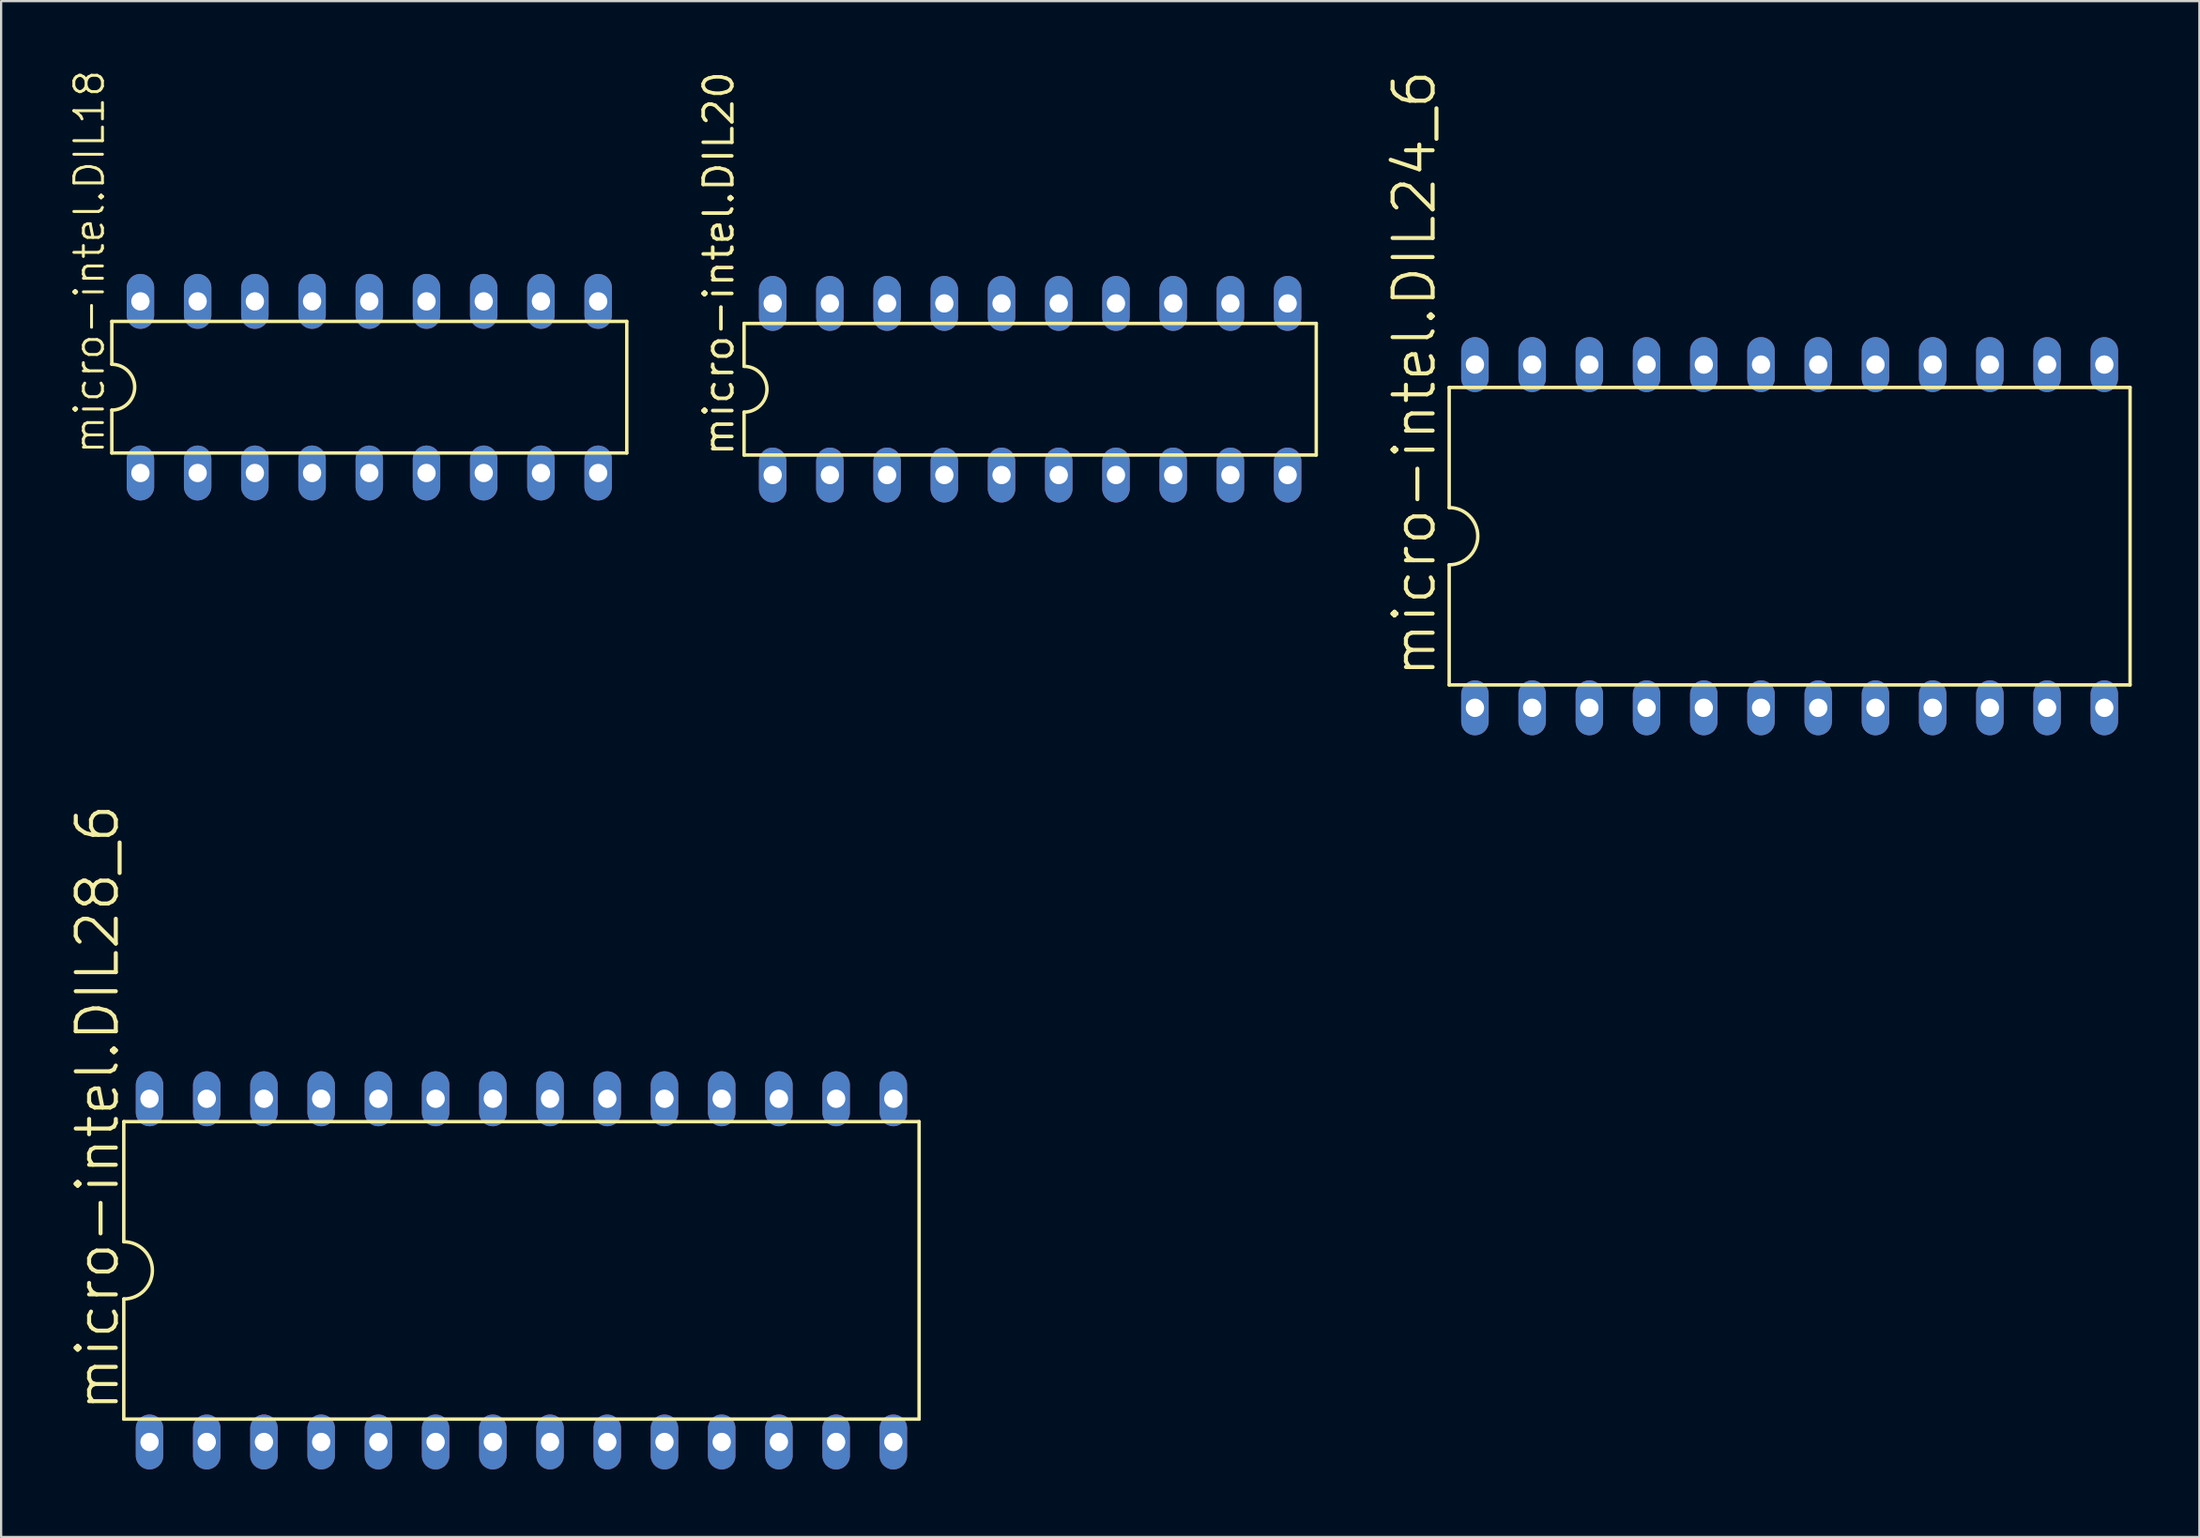
<source format=kicad_pcb>
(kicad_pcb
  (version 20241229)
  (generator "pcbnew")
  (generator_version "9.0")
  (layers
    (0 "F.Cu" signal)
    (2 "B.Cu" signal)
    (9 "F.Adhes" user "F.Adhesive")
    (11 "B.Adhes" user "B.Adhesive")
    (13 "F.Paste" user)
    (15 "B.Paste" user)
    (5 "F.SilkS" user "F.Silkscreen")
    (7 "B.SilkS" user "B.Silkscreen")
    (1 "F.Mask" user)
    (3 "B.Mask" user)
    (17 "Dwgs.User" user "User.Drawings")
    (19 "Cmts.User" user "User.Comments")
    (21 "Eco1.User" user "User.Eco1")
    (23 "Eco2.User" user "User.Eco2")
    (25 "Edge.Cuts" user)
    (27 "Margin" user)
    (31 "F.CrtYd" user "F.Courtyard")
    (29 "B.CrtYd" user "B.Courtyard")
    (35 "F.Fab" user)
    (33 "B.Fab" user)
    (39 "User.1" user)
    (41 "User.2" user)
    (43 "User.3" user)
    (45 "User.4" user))
  (footprint "micro-intel.DIL20"
    (layer "F.Cu")
    (at 42.681 14.232)
    (property "Reference" "micro-intel.DIL20" (at -13.081 3.048 90) (layer "F.SilkS") (effects (font (size 1.27 1.27) (thickness 0.16)) (justify left bottom)))
    (attr through_hole)
    (fp_line (start -12.7 -2.921) (end -12.7 -1.016) (stroke (width 0.152) (type default)) (layer "F.SilkS"))
    (fp_line (start -12.7 2.921) (end -12.7 1.016) (stroke (width 0.152) (type default)) (layer "F.SilkS"))
    (fp_line (start -12.7 2.921) (end 12.7 2.921) (stroke (width 0.152) (type default)) (layer "F.SilkS"))
    (fp_line (start 12.7 -2.921) (end -12.7 -2.921) (stroke (width 0.152) (type default)) (layer "F.SilkS"))
    (fp_line (start 12.7 -2.921) (end 12.7 2.921) (stroke (width 0.152) (type default)) (layer "F.SilkS"))
    (fp_arc (start -12.7 -1.016) (mid -11.684 0) (end -12.7 1.016) (stroke (width 0.1524) (type default)) (layer "F.SilkS"))
    (pad "1" thru_hole oval (at -11.43 3.81 90) (size 2.438 1.219) (drill 0.813) (layers "*.Cu" "*.Mask"))
    (pad "2" thru_hole oval (at -8.89 3.81 90) (size 2.438 1.219) (drill 0.813) (layers "*.Cu" "*.Mask"))
    (pad "3" thru_hole oval (at -6.35 3.81 90) (size 2.438 1.219) (drill 0.813) (layers "*.Cu" "*.Mask"))
    (pad "4" thru_hole oval (at -3.81 3.81 90) (size 2.438 1.219) (drill 0.813) (layers "*.Cu" "*.Mask"))
    (pad "5" thru_hole oval (at -1.27 3.81 90) (size 2.438 1.219) (drill 0.813) (layers "*.Cu" "*.Mask"))
    (pad "6" thru_hole oval (at 1.27 3.81 90) (size 2.438 1.219) (drill 0.813) (layers "*.Cu" "*.Mask"))
    (pad "7" thru_hole oval (at 3.81 3.81 90) (size 2.438 1.219) (drill 0.813) (layers "*.Cu" "*.Mask"))
    (pad "8" thru_hole oval (at 6.35 3.81 90) (size 2.438 1.219) (drill 0.813) (layers "*.Cu" "*.Mask"))
    (pad "9" thru_hole oval (at 8.89 3.81 90) (size 2.438 1.219) (drill 0.813) (layers "*.Cu" "*.Mask"))
    (pad "10" thru_hole oval (at 11.43 3.81 90) (size 2.438 1.219) (drill 0.813) (layers "*.Cu" "*.Mask"))
    (pad "11" thru_hole oval (at 11.43 -3.81 90) (size 2.438 1.219) (drill 0.813) (layers "*.Cu" "*.Mask"))
    (pad "12" thru_hole oval (at 8.89 -3.81 90) (size 2.438 1.219) (drill 0.813) (layers "*.Cu" "*.Mask"))
    (pad "13" thru_hole oval (at 6.35 -3.81 90) (size 2.438 1.219) (drill 0.813) (layers "*.Cu" "*.Mask"))
    (pad "14" thru_hole oval (at 3.81 -3.81 90) (size 2.438 1.219) (drill 0.813) (layers "*.Cu" "*.Mask"))
    (pad "15" thru_hole oval (at 1.27 -3.81 90) (size 2.438 1.219) (drill 0.813) (layers "*.Cu" "*.Mask"))
    (pad "16" thru_hole oval (at -1.27 -3.81 90) (size 2.438 1.219) (drill 0.813) (layers "*.Cu" "*.Mask"))
    (pad "17" thru_hole oval (at -3.81 -3.81 90) (size 2.438 1.219) (drill 0.813) (layers "*.Cu" "*.Mask"))
    (pad "18" thru_hole oval (at -6.35 -3.81 90) (size 2.438 1.219) (drill 0.813) (layers "*.Cu" "*.Mask"))
    (pad "19" thru_hole oval (at -8.89 -3.81 90) (size 2.438 1.219) (drill 0.813) (layers "*.Cu" "*.Mask"))
    (pad "20" thru_hole oval (at -11.43 -3.81 90) (size 2.438 1.219) (drill 0.813) (layers "*.Cu" "*.Mask")))
  (footprint "micro-intel.DIL18"
    (layer "F.Cu")
    (at 13.344 14.142)
    (property "Reference" "micro-intel.DIL18" (at -11.684 3.048 90) (layer "F.SilkS") (effects (font (size 1.27 1.27) (thickness 0.13)) (justify left bottom)))
    (attr through_hole)
    (fp_line (start -11.43 -2.921) (end -11.43 -1.016) (stroke (width 0.152) (type default)) (layer "F.SilkS"))
    (fp_line (start -11.43 2.921) (end -11.43 1.016) (stroke (width 0.152) (type default)) (layer "F.SilkS"))
    (fp_line (start -11.43 2.921) (end 11.43 2.921) (stroke (width 0.152) (type default)) (layer "F.SilkS"))
    (fp_line (start 11.43 -2.921) (end -11.43 -2.921) (stroke (width 0.152) (type default)) (layer "F.SilkS"))
    (fp_line (start 11.43 -2.921) (end 11.43 2.921) (stroke (width 0.152) (type default)) (layer "F.SilkS"))
    (fp_arc (start -11.43 -1.016) (mid -10.414 0) (end -11.43 1.016) (stroke (width 0.1524) (type default)) (layer "F.SilkS"))
    (pad "1" thru_hole oval (at -10.16 3.81 90) (size 2.438 1.219) (drill 0.813) (layers "*.Cu" "*.Mask"))
    (pad "2" thru_hole oval (at -7.62 3.81 90) (size 2.438 1.219) (drill 0.813) (layers "*.Cu" "*.Mask"))
    (pad "3" thru_hole oval (at -5.08 3.81 90) (size 2.438 1.219) (drill 0.813) (layers "*.Cu" "*.Mask"))
    (pad "4" thru_hole oval (at -2.54 3.81 90) (size 2.438 1.219) (drill 0.813) (layers "*.Cu" "*.Mask"))
    (pad "5" thru_hole oval (at 0 3.81 90) (size 2.438 1.219) (drill 0.813) (layers "*.Cu" "*.Mask"))
    (pad "6" thru_hole oval (at 2.54 3.81 90) (size 2.438 1.219) (drill 0.813) (layers "*.Cu" "*.Mask"))
    (pad "7" thru_hole oval (at 5.08 3.81 90) (size 2.438 1.219) (drill 0.813) (layers "*.Cu" "*.Mask"))
    (pad "8" thru_hole oval (at 7.62 3.81 90) (size 2.438 1.219) (drill 0.813) (layers "*.Cu" "*.Mask"))
    (pad "9" thru_hole oval (at 10.16 3.81 90) (size 2.438 1.219) (drill 0.813) (layers "*.Cu" "*.Mask"))
    (pad "10" thru_hole oval (at 10.16 -3.81 90) (size 2.438 1.219) (drill 0.813) (layers "*.Cu" "*.Mask"))
    (pad "11" thru_hole oval (at 7.62 -3.81 90) (size 2.438 1.219) (drill 0.813) (layers "*.Cu" "*.Mask"))
    (pad "12" thru_hole oval (at 5.08 -3.81 90) (size 2.438 1.219) (drill 0.813) (layers "*.Cu" "*.Mask"))
    (pad "13" thru_hole oval (at 2.54 -3.81 90) (size 2.438 1.219) (drill 0.813) (layers "*.Cu" "*.Mask"))
    (pad "14" thru_hole oval (at 0 -3.81 90) (size 2.438 1.219) (drill 0.813) (layers "*.Cu" "*.Mask"))
    (pad "15" thru_hole oval (at -2.54 -3.81 90) (size 2.438 1.219) (drill 0.813) (layers "*.Cu" "*.Mask"))
    (pad "16" thru_hole oval (at -5.08 -3.81 90) (size 2.438 1.219) (drill 0.813) (layers "*.Cu" "*.Mask"))
    (pad "17" thru_hole oval (at -7.62 -3.81 90) (size 2.438 1.219) (drill 0.813) (layers "*.Cu" "*.Mask"))
    (pad "18" thru_hole oval (at -10.16 -3.81 90) (size 2.438 1.219) (drill 0.813) (layers "*.Cu" "*.Mask")))
  (footprint "micro-intel.DIL24_6"
    (layer "F.Cu")
    (at 76.396 20.758)
    (property "Reference" "micro-intel.DIL24_6" (at -15.621 6.35 90) (layer "F.SilkS") (effects (font (size 1.778 1.778) (thickness 0.18)) (justify left bottom)))
    (attr through_hole)
    (fp_line (start -15.113 -6.604) (end -15.113 -1.27) (stroke (width 0.152) (type default)) (layer "F.SilkS"))
    (fp_line (start -15.113 -6.604) (end 15.113 -6.604) (stroke (width 0.152) (type default)) (layer "F.SilkS"))
    (fp_line (start -15.113 1.27) (end -15.113 6.604) (stroke (width 0.152) (type default)) (layer "F.SilkS"))
    (fp_line (start -15.113 6.604) (end 15.113 6.604) (stroke (width 0.152) (type default)) (layer "F.SilkS"))
    (fp_line (start 15.113 6.604) (end 15.113 -6.604) (stroke (width 0.152) (type default)) (layer "F.SilkS"))
    (fp_arc (start -15.113 -1.27) (mid -13.843 0) (end -15.113 1.27) (stroke (width 0.1524) (type default)) (layer "F.SilkS"))
    (pad "1" thru_hole oval (at -13.97 7.62 90) (size 2.438 1.219) (drill 0.813) (layers "*.Cu" "*.Mask"))
    (pad "2" thru_hole oval (at -11.43 7.62 90) (size 2.438 1.219) (drill 0.813) (layers "*.Cu" "*.Mask"))
    (pad "3" thru_hole oval (at -8.89 7.62 90) (size 2.438 1.219) (drill 0.813) (layers "*.Cu" "*.Mask"))
    (pad "4" thru_hole oval (at -6.35 7.62 90) (size 2.438 1.219) (drill 0.813) (layers "*.Cu" "*.Mask"))
    (pad "5" thru_hole oval (at -3.81 7.62 90) (size 2.438 1.219) (drill 0.813) (layers "*.Cu" "*.Mask"))
    (pad "6" thru_hole oval (at -1.27 7.62 90) (size 2.438 1.219) (drill 0.813) (layers "*.Cu" "*.Mask"))
    (pad "7" thru_hole oval (at 1.27 7.62 90) (size 2.438 1.219) (drill 0.813) (layers "*.Cu" "*.Mask"))
    (pad "8" thru_hole oval (at 3.81 7.62 90) (size 2.438 1.219) (drill 0.813) (layers "*.Cu" "*.Mask"))
    (pad "9" thru_hole oval (at 6.35 7.62 90) (size 2.438 1.219) (drill 0.813) (layers "*.Cu" "*.Mask"))
    (pad "10" thru_hole oval (at 8.89 7.62 90) (size 2.438 1.219) (drill 0.813) (layers "*.Cu" "*.Mask"))
    (pad "11" thru_hole oval (at 11.43 7.62 90) (size 2.438 1.219) (drill 0.813) (layers "*.Cu" "*.Mask"))
    (pad "12" thru_hole oval (at 13.97 7.62 90) (size 2.438 1.219) (drill 0.813) (layers "*.Cu" "*.Mask"))
    (pad "13" thru_hole oval (at 13.97 -7.62 90) (size 2.438 1.219) (drill 0.813) (layers "*.Cu" "*.Mask"))
    (pad "14" thru_hole oval (at 11.43 -7.62 90) (size 2.438 1.219) (drill 0.813) (layers "*.Cu" "*.Mask"))
    (pad "15" thru_hole oval (at 8.89 -7.62 90) (size 2.438 1.219) (drill 0.813) (layers "*.Cu" "*.Mask"))
    (pad "16" thru_hole oval (at 6.35 -7.62 90) (size 2.438 1.219) (drill 0.813) (layers "*.Cu" "*.Mask"))
    (pad "17" thru_hole oval (at 3.81 -7.62 90) (size 2.438 1.219) (drill 0.813) (layers "*.Cu" "*.Mask"))
    (pad "18" thru_hole oval (at 1.27 -7.62 90) (size 2.438 1.219) (drill 0.813) (layers "*.Cu" "*.Mask"))
    (pad "19" thru_hole oval (at -1.27 -7.62 90) (size 2.438 1.219) (drill 0.813) (layers "*.Cu" "*.Mask"))
    (pad "20" thru_hole oval (at -3.81 -7.62 90) (size 2.438 1.219) (drill 0.813) (layers "*.Cu" "*.Mask"))
    (pad "21" thru_hole oval (at -6.35 -7.62 90) (size 2.438 1.219) (drill 0.813) (layers "*.Cu" "*.Mask"))
    (pad "22" thru_hole oval (at -8.89 -7.62 90) (size 2.438 1.219) (drill 0.813) (layers "*.Cu" "*.Mask"))
    (pad "23" thru_hole oval (at -11.43 -7.62 90) (size 2.438 1.219) (drill 0.813) (layers "*.Cu" "*.Mask"))
    (pad "24" thru_hole oval (at -13.97 -7.62 90) (size 2.438 1.219) (drill 0.813) (layers "*.Cu" "*.Mask")))
  (footprint "micro-intel.DIL28_6"
    (layer "F.Cu")
    (at 20.098 53.356)
    (property "Reference" "micro-intel.DIL28_6" (at -17.78 6.35 90) (layer "F.SilkS") (effects (font (size 1.778 1.778) (thickness 0.18)) (justify left bottom)))
    (attr through_hole)
    (fp_line (start -17.653 -6.604) (end -17.653 -1.27) (stroke (width 0.152) (type default)) (layer "F.SilkS"))
    (fp_line (start -17.653 -6.604) (end 17.653 -6.604) (stroke (width 0.152) (type default)) (layer "F.SilkS"))
    (fp_line (start -17.653 1.27) (end -17.653 6.604) (stroke (width 0.152) (type default)) (layer "F.SilkS"))
    (fp_line (start -17.653 6.604) (end 17.653 6.604) (stroke (width 0.152) (type default)) (layer "F.SilkS"))
    (fp_line (start 17.653 6.604) (end 17.653 -6.604) (stroke (width 0.152) (type default)) (layer "F.SilkS"))
    (fp_arc (start -17.653 -1.27) (mid -16.383 0) (end -17.653 1.27) (stroke (width 0.1524) (type default)) (layer "F.SilkS"))
    (pad "1" thru_hole oval (at -16.51 7.62 90) (size 2.438 1.219) (drill 0.813) (layers "*.Cu" "*.Mask"))
    (pad "2" thru_hole oval (at -13.97 7.62 90) (size 2.438 1.219) (drill 0.813) (layers "*.Cu" "*.Mask"))
    (pad "3" thru_hole oval (at -11.43 7.62 90) (size 2.438 1.219) (drill 0.813) (layers "*.Cu" "*.Mask"))
    (pad "4" thru_hole oval (at -8.89 7.62 90) (size 2.438 1.219) (drill 0.813) (layers "*.Cu" "*.Mask"))
    (pad "5" thru_hole oval (at -6.35 7.62 90) (size 2.438 1.219) (drill 0.813) (layers "*.Cu" "*.Mask"))
    (pad "6" thru_hole oval (at -3.81 7.62 90) (size 2.438 1.219) (drill 0.813) (layers "*.Cu" "*.Mask"))
    (pad "7" thru_hole oval (at -1.27 7.62 90) (size 2.438 1.219) (drill 0.813) (layers "*.Cu" "*.Mask"))
    (pad "8" thru_hole oval (at 1.27 7.62 90) (size 2.438 1.219) (drill 0.813) (layers "*.Cu" "*.Mask"))
    (pad "9" thru_hole oval (at 3.81 7.62 90) (size 2.438 1.219) (drill 0.813) (layers "*.Cu" "*.Mask"))
    (pad "10" thru_hole oval (at 6.35 7.62 90) (size 2.438 1.219) (drill 0.813) (layers "*.Cu" "*.Mask"))
    (pad "11" thru_hole oval (at 8.89 7.62 90) (size 2.438 1.219) (drill 0.813) (layers "*.Cu" "*.Mask"))
    (pad "12" thru_hole oval (at 11.43 7.62 90) (size 2.438 1.219) (drill 0.813) (layers "*.Cu" "*.Mask"))
    (pad "13" thru_hole oval (at 13.97 7.62 90) (size 2.438 1.219) (drill 0.813) (layers "*.Cu" "*.Mask"))
    (pad "14" thru_hole oval (at 16.51 7.62 90) (size 2.438 1.219) (drill 0.813) (layers "*.Cu" "*.Mask"))
    (pad "15" thru_hole oval (at 16.51 -7.62 90) (size 2.438 1.219) (drill 0.813) (layers "*.Cu" "*.Mask"))
    (pad "16" thru_hole oval (at 13.97 -7.62 90) (size 2.438 1.219) (drill 0.813) (layers "*.Cu" "*.Mask"))
    (pad "17" thru_hole oval (at 11.43 -7.62 90) (size 2.438 1.219) (drill 0.813) (layers "*.Cu" "*.Mask"))
    (pad "18" thru_hole oval (at 8.89 -7.62 90) (size 2.438 1.219) (drill 0.813) (layers "*.Cu" "*.Mask"))
    (pad "19" thru_hole oval (at 6.35 -7.62 90) (size 2.438 1.219) (drill 0.813) (layers "*.Cu" "*.Mask"))
    (pad "20" thru_hole oval (at 3.81 -7.62 90) (size 2.438 1.219) (drill 0.813) (layers "*.Cu" "*.Mask"))
    (pad "21" thru_hole oval (at 1.27 -7.62 90) (size 2.438 1.219) (drill 0.813) (layers "*.Cu" "*.Mask"))
    (pad "22" thru_hole oval (at -1.27 -7.62 90) (size 2.438 1.219) (drill 0.813) (layers "*.Cu" "*.Mask"))
    (pad "23" thru_hole oval (at -3.81 -7.62 90) (size 2.438 1.219) (drill 0.813) (layers "*.Cu" "*.Mask"))
    (pad "24" thru_hole oval (at -6.35 -7.62 90) (size 2.438 1.219) (drill 0.813) (layers "*.Cu" "*.Mask"))
    (pad "25" thru_hole oval (at -8.89 -7.62 90) (size 2.438 1.219) (drill 0.813) (layers "*.Cu" "*.Mask"))
    (pad "26" thru_hole oval (at -11.43 -7.62 90) (size 2.438 1.219) (drill 0.813) (layers "*.Cu" "*.Mask"))
    (pad "27" thru_hole oval (at -13.97 -7.62 90) (size 2.438 1.219) (drill 0.813) (layers "*.Cu" "*.Mask"))
    (pad "28" thru_hole oval (at -16.51 -7.62 90) (size 2.438 1.219) (drill 0.813) (layers "*.Cu" "*.Mask")))
  (gr_rect
    (start -3 -3)
    (end 94.586 65.195)
    (stroke (width 0.1) (type default))
    (fill no)
    (layer "Edge.Cuts")))
</source>
